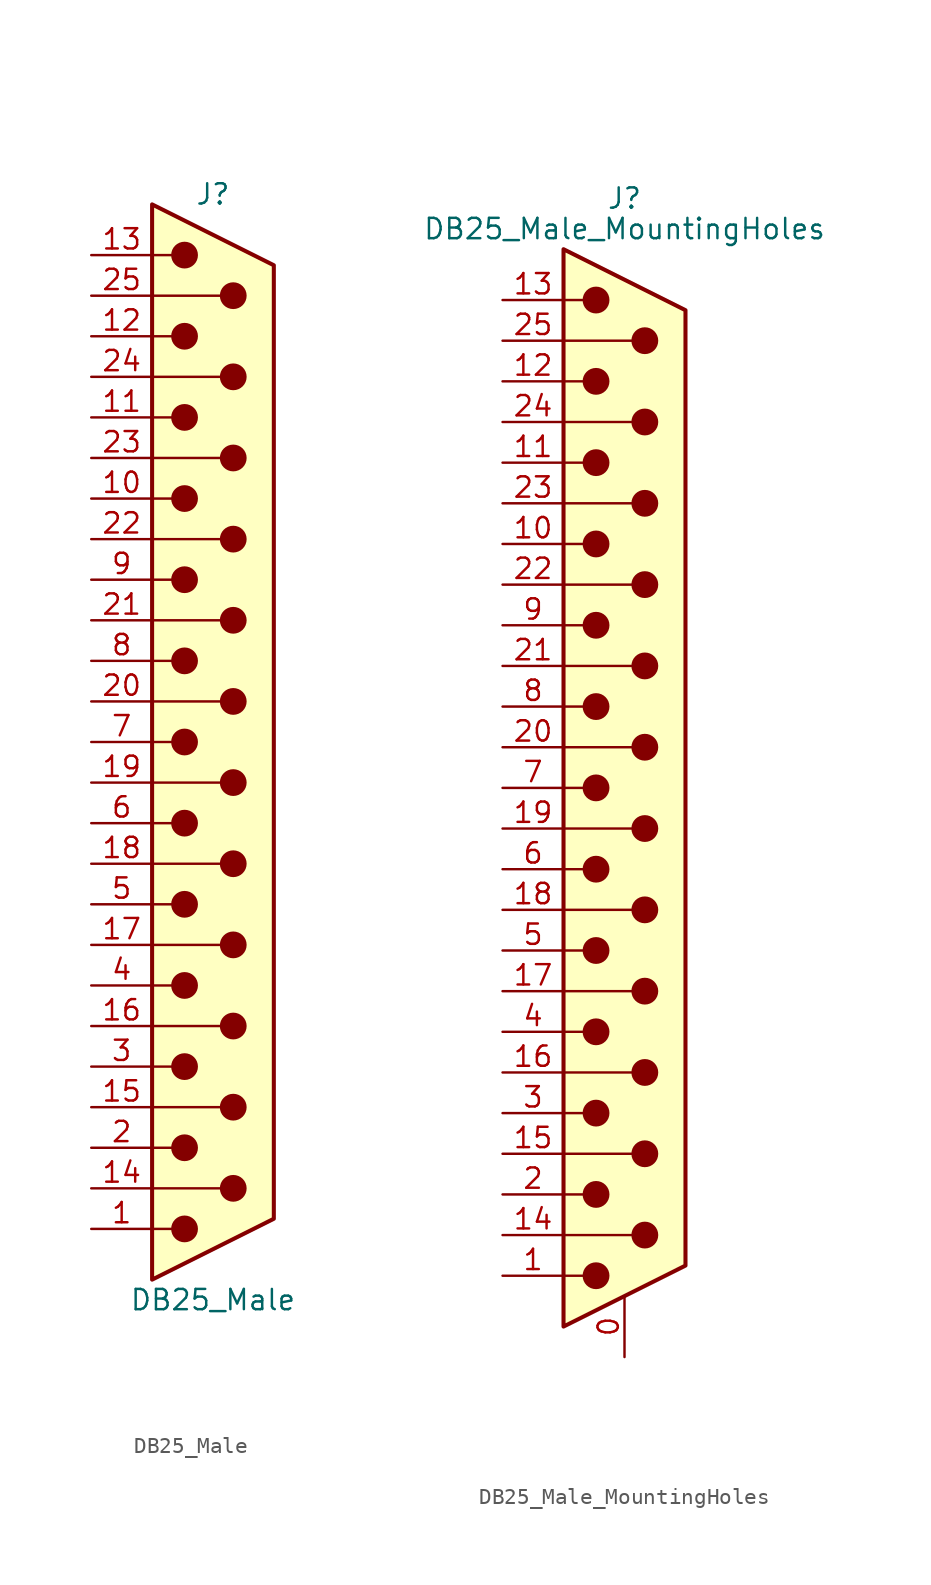
<source format=kicad_sym>
(kicad_symbol_lib
  (version 20201005)
  (generator kicad_symbol_editor)
  (symbol "DB25_Male"
    (pin_names
      (offset 1.016) hide)
    (property "Reference" "J"
      (at 0 34.29 0)
      (effects (font (size 1.27 1.27))))
    (property "Value" "DB25_Male"
      (at 0 -34.925 0)
      (effects (font (size 1.27 1.27))))
    (symbol "DB25_Male_0_1"
      (circle (center -1.778 -30.48) (radius 0.762) (stroke (width 0)) (fill (type outline)))
      (circle (center -1.778 -25.4) (radius 0.762) (stroke (width 0)) (fill (type outline)))
      (circle (center -1.778 -20.32) (radius 0.762) (stroke (width 0)) (fill (type outline)))
      (circle (center -1.778 -15.24) (radius 0.762) (stroke (width 0)) (fill (type outline)))
      (circle (center -1.778 -10.16) (radius 0.762) (stroke (width 0)) (fill (type outline)))
      (circle (center -1.778 -5.08) (radius 0.762) (stroke (width 0)) (fill (type outline)))
      (circle (center -1.778 0) (radius 0.762) (stroke (width 0)) (fill (type outline)))
      (circle (center -1.778 5.08) (radius 0.762) (stroke (width 0)) (fill (type outline)))
      (circle (center -1.778 10.16) (radius 0.762) (stroke (width 0)) (fill (type outline)))
      (circle (center -1.778 15.24) (radius 0.762) (stroke (width 0)) (fill (type outline)))
      (circle (center -1.778 20.32) (radius 0.762) (stroke (width 0)) (fill (type outline)))
      (circle (center -1.778 25.4) (radius 0.762) (stroke (width 0)) (fill (type outline)))
      (circle (center -1.778 30.48) (radius 0.762) (stroke (width 0)) (fill (type outline)))
      (circle (center 1.27 -27.94) (radius 0.762) (stroke (width 0)) (fill (type outline)))
      (circle (center 1.27 -22.86) (radius 0.762) (stroke (width 0)) (fill (type outline)))
      (circle (center 1.27 -17.78) (radius 0.762) (stroke (width 0)) (fill (type outline)))
      (circle (center 1.27 -12.7) (radius 0.762) (stroke (width 0)) (fill (type outline)))
      (circle (center 1.27 -7.62) (radius 0.762) (stroke (width 0)) (fill (type outline)))
      (circle (center 1.27 -2.54) (radius 0.762) (stroke (width 0)) (fill (type outline)))
      (circle (center 1.27 2.54) (radius 0.762) (stroke (width 0)) (fill (type outline)))
      (circle (center 1.27 7.62) (radius 0.762) (stroke (width 0)) (fill (type outline)))
      (circle (center 1.27 12.7) (radius 0.762) (stroke (width 0)) (fill (type outline)))
      (circle (center 1.27 17.78) (radius 0.762) (stroke (width 0)) (fill (type outline)))
      (circle (center 1.27 22.86) (radius 0.762) (stroke (width 0)) (fill (type outline)))
      (circle (center 1.27 27.94) (radius 0.762) (stroke (width 0)) (fill (type outline)))
      (polyline (pts (xy -3.81 -30.48) (xy -2.54 -30.48)) (stroke (width 0)) (fill (type none)))
      (polyline (pts (xy -3.81 -27.94) (xy 0.508 -27.94)) (stroke (width 0)) (fill (type none)))
      (polyline (pts (xy -3.81 -25.4) (xy -2.54 -25.4)) (stroke (width 0)) (fill (type none)))
      (polyline (pts (xy -3.81 -22.86) (xy 0.508 -22.86)) (stroke (width 0)) (fill (type none)))
      (polyline (pts (xy -3.81 -20.32) (xy -2.54 -20.32)) (stroke (width 0)) (fill (type none)))
      (polyline (pts (xy -3.81 -17.78) (xy 0.508 -17.78)) (stroke (width 0)) (fill (type none)))
      (polyline (pts (xy -3.81 -15.24) (xy -2.54 -15.24)) (stroke (width 0)) (fill (type none)))
      (polyline (pts (xy -3.81 -12.7) (xy 0.508 -12.7)) (stroke (width 0)) (fill (type none)))
      (polyline (pts (xy -3.81 -10.16) (xy -2.54 -10.16)) (stroke (width 0)) (fill (type none)))
      (polyline (pts (xy -3.81 -7.62) (xy 0.508 -7.62)) (stroke (width 0)) (fill (type none)))
      (polyline (pts (xy -3.81 -5.08) (xy -2.54 -5.08)) (stroke (width 0)) (fill (type none)))
      (polyline (pts (xy -3.81 -2.54) (xy 0.508 -2.54)) (stroke (width 0)) (fill (type none)))
      (polyline (pts (xy -3.81 0) (xy -2.54 0)) (stroke (width 0)) (fill (type none)))
      (polyline (pts (xy -3.81 2.54) (xy 0.508 2.54)) (stroke (width 0)) (fill (type none)))
      (polyline (pts (xy -3.81 5.08) (xy -2.54 5.08)) (stroke (width 0)) (fill (type none)))
      (polyline (pts (xy -3.81 7.62) (xy 0.508 7.62)) (stroke (width 0)) (fill (type none)))
      (polyline (pts (xy -3.81 10.16) (xy -2.54 10.16)) (stroke (width 0)) (fill (type none)))
      (polyline (pts (xy -3.81 12.7) (xy 0.508 12.7)) (stroke (width 0)) (fill (type none)))
      (polyline (pts (xy -3.81 15.24) (xy -2.54 15.24)) (stroke (width 0)) (fill (type none)))
      (polyline (pts (xy -3.81 17.78) (xy 0.508 17.78)) (stroke (width 0)) (fill (type none)))
      (polyline (pts (xy -3.81 20.32) (xy -2.54 20.32)) (stroke (width 0)) (fill (type none)))
      (polyline (pts (xy -3.81 22.86) (xy 0.508 22.86)) (stroke (width 0)) (fill (type none)))
      (polyline (pts (xy -3.81 25.4) (xy -2.54 25.4)) (stroke (width 0)) (fill (type none)))
      (polyline (pts (xy -3.81 27.94) (xy 0.508 27.94)) (stroke (width 0)) (fill (type none)))
      (polyline (pts (xy -3.81 30.48) (xy -2.54 30.48)) (stroke (width 0)) (fill (type none)))
      (polyline (pts (xy -3.81 -33.655) (xy 3.81 -29.845) (xy 3.81 29.845) (xy -3.81 33.655) (xy -3.81 -33.655)) (stroke (width 0.254)) (fill (type background))))
    (symbol "DB25_Male_1_1"
      (pin passive line (at -7.62 -30.48 0) (length 3.81) (name "1" (effects (font (size 1.27 1.27)))) (number "1" (effects (font (size 1.27 1.27)))))
      (pin passive line (at -7.62 15.24 0) (length 3.81) (name "10" (effects (font (size 1.27 1.27)))) (number "10" (effects (font (size 1.27 1.27)))))
      (pin passive line (at -7.62 20.32 0) (length 3.81) (name "11" (effects (font (size 1.27 1.27)))) (number "11" (effects (font (size 1.27 1.27)))))
      (pin passive line (at -7.62 25.4 0) (length 3.81) (name "12" (effects (font (size 1.27 1.27)))) (number "12" (effects (font (size 1.27 1.27)))))
      (pin passive line (at -7.62 30.48 0) (length 3.81) (name "13" (effects (font (size 1.27 1.27)))) (number "13" (effects (font (size 1.27 1.27)))))
      (pin passive line (at -7.62 -27.94 0) (length 3.81) (name "P14" (effects (font (size 1.27 1.27)))) (number "14" (effects (font (size 1.27 1.27)))))
      (pin passive line (at -7.62 -22.86 0) (length 3.81) (name "P15" (effects (font (size 1.27 1.27)))) (number "15" (effects (font (size 1.27 1.27)))))
      (pin passive line (at -7.62 -17.78 0) (length 3.81) (name "P16" (effects (font (size 1.27 1.27)))) (number "16" (effects (font (size 1.27 1.27)))))
      (pin passive line (at -7.62 -12.7 0) (length 3.81) (name "P17" (effects (font (size 1.27 1.27)))) (number "17" (effects (font (size 1.27 1.27)))))
      (pin passive line (at -7.62 -7.62 0) (length 3.81) (name "P18" (effects (font (size 1.27 1.27)))) (number "18" (effects (font (size 1.27 1.27)))))
      (pin passive line (at -7.62 -2.54 0) (length 3.81) (name "P19" (effects (font (size 1.27 1.27)))) (number "19" (effects (font (size 1.27 1.27)))))
      (pin passive line (at -7.62 -25.4 0) (length 3.81) (name "2" (effects (font (size 1.27 1.27)))) (number "2" (effects (font (size 1.27 1.27)))))
      (pin passive line (at -7.62 2.54 0) (length 3.81) (name "P20" (effects (font (size 1.27 1.27)))) (number "20" (effects (font (size 1.27 1.27)))))
      (pin passive line (at -7.62 7.62 0) (length 3.81) (name "P21" (effects (font (size 1.27 1.27)))) (number "21" (effects (font (size 1.27 1.27)))))
      (pin passive line (at -7.62 12.7 0) (length 3.81) (name "P22" (effects (font (size 1.27 1.27)))) (number "22" (effects (font (size 1.27 1.27)))))
      (pin passive line (at -7.62 17.78 0) (length 3.81) (name "P23" (effects (font (size 1.27 1.27)))) (number "23" (effects (font (size 1.27 1.27)))))
      (pin passive line (at -7.62 22.86 0) (length 3.81) (name "P24" (effects (font (size 1.27 1.27)))) (number "24" (effects (font (size 1.27 1.27)))))
      (pin passive line (at -7.62 27.94 0) (length 3.81) (name "P25" (effects (font (size 1.27 1.27)))) (number "25" (effects (font (size 1.27 1.27)))))
      (pin passive line (at -7.62 -20.32 0) (length 3.81) (name "3" (effects (font (size 1.27 1.27)))) (number "3" (effects (font (size 1.27 1.27)))))
      (pin passive line (at -7.62 -15.24 0) (length 3.81) (name "4" (effects (font (size 1.27 1.27)))) (number "4" (effects (font (size 1.27 1.27)))))
      (pin passive line (at -7.62 -10.16 0) (length 3.81) (name "5" (effects (font (size 1.27 1.27)))) (number "5" (effects (font (size 1.27 1.27)))))
      (pin passive line (at -7.62 -5.08 0) (length 3.81) (name "6" (effects (font (size 1.27 1.27)))) (number "6" (effects (font (size 1.27 1.27)))))
      (pin passive line (at -7.62 0 0) (length 3.81) (name "7" (effects (font (size 1.27 1.27)))) (number "7" (effects (font (size 1.27 1.27)))))
      (pin passive line (at -7.62 5.08 0) (length 3.81) (name "8" (effects (font (size 1.27 1.27)))) (number "8" (effects (font (size 1.27 1.27)))))
      (pin passive line (at -7.62 10.16 0) (length 3.81) (name "9" (effects (font (size 1.27 1.27)))) (number "9" (effects (font (size 1.27 1.27)))))))
  (symbol "DB25_Male_MountingHoles"
    (pin_names
      (offset 1.016) hide)
    (property "Reference" "J"
      (at 0 36.83 0)
      (effects (font (size 1.27 1.27))))
    (property "Value" "DB25_Male_MountingHoles"
      (at 0 34.925 0)
      (effects (font (size 1.27 1.27))))
    (symbol "DB25_Male_MountingHoles_0_1"
      (circle (center -1.778 -30.48) (radius 0.762) (stroke (width 0)) (fill (type outline)))
      (circle (center -1.778 -25.4) (radius 0.762) (stroke (width 0)) (fill (type outline)))
      (circle (center -1.778 -20.32) (radius 0.762) (stroke (width 0)) (fill (type outline)))
      (circle (center -1.778 -15.24) (radius 0.762) (stroke (width 0)) (fill (type outline)))
      (circle (center -1.778 -10.16) (radius 0.762) (stroke (width 0)) (fill (type outline)))
      (circle (center -1.778 -5.08) (radius 0.762) (stroke (width 0)) (fill (type outline)))
      (circle (center -1.778 0) (radius 0.762) (stroke (width 0)) (fill (type outline)))
      (circle (center -1.778 5.08) (radius 0.762) (stroke (width 0)) (fill (type outline)))
      (circle (center -1.778 10.16) (radius 0.762) (stroke (width 0)) (fill (type outline)))
      (circle (center -1.778 15.24) (radius 0.762) (stroke (width 0)) (fill (type outline)))
      (circle (center -1.778 20.32) (radius 0.762) (stroke (width 0)) (fill (type outline)))
      (circle (center -1.778 25.4) (radius 0.762) (stroke (width 0)) (fill (type outline)))
      (circle (center -1.778 30.48) (radius 0.762) (stroke (width 0)) (fill (type outline)))
      (circle (center 1.27 -27.94) (radius 0.762) (stroke (width 0)) (fill (type outline)))
      (circle (center 1.27 -22.86) (radius 0.762) (stroke (width 0)) (fill (type outline)))
      (circle (center 1.27 -17.78) (radius 0.762) (stroke (width 0)) (fill (type outline)))
      (circle (center 1.27 -12.7) (radius 0.762) (stroke (width 0)) (fill (type outline)))
      (circle (center 1.27 -7.62) (radius 0.762) (stroke (width 0)) (fill (type outline)))
      (circle (center 1.27 -2.54) (radius 0.762) (stroke (width 0)) (fill (type outline)))
      (circle (center 1.27 2.54) (radius 0.762) (stroke (width 0)) (fill (type outline)))
      (circle (center 1.27 7.62) (radius 0.762) (stroke (width 0)) (fill (type outline)))
      (circle (center 1.27 12.7) (radius 0.762) (stroke (width 0)) (fill (type outline)))
      (circle (center 1.27 17.78) (radius 0.762) (stroke (width 0)) (fill (type outline)))
      (circle (center 1.27 22.86) (radius 0.762) (stroke (width 0)) (fill (type outline)))
      (circle (center 1.27 27.94) (radius 0.762) (stroke (width 0)) (fill (type outline)))
      (polyline (pts (xy -3.81 -30.48) (xy -2.54 -30.48)) (stroke (width 0)) (fill (type none)))
      (polyline (pts (xy -3.81 -27.94) (xy 0.508 -27.94)) (stroke (width 0)) (fill (type none)))
      (polyline (pts (xy -3.81 -25.4) (xy -2.54 -25.4)) (stroke (width 0)) (fill (type none)))
      (polyline (pts (xy -3.81 -22.86) (xy 0.508 -22.86)) (stroke (width 0)) (fill (type none)))
      (polyline (pts (xy -3.81 -20.32) (xy -2.54 -20.32)) (stroke (width 0)) (fill (type none)))
      (polyline (pts (xy -3.81 -17.78) (xy 0.508 -17.78)) (stroke (width 0)) (fill (type none)))
      (polyline (pts (xy -3.81 -15.24) (xy -2.54 -15.24)) (stroke (width 0)) (fill (type none)))
      (polyline (pts (xy -3.81 -12.7) (xy 0.508 -12.7)) (stroke (width 0)) (fill (type none)))
      (polyline (pts (xy -3.81 -10.16) (xy -2.54 -10.16)) (stroke (width 0)) (fill (type none)))
      (polyline (pts (xy -3.81 -7.62) (xy 0.508 -7.62)) (stroke (width 0)) (fill (type none)))
      (polyline (pts (xy -3.81 -5.08) (xy -2.54 -5.08)) (stroke (width 0)) (fill (type none)))
      (polyline (pts (xy -3.81 -2.54) (xy 0.508 -2.54)) (stroke (width 0)) (fill (type none)))
      (polyline (pts (xy -3.81 0) (xy -2.54 0)) (stroke (width 0)) (fill (type none)))
      (polyline (pts (xy -3.81 2.54) (xy 0.508 2.54)) (stroke (width 0)) (fill (type none)))
      (polyline (pts (xy -3.81 5.08) (xy -2.54 5.08)) (stroke (width 0)) (fill (type none)))
      (polyline (pts (xy -3.81 7.62) (xy 0.508 7.62)) (stroke (width 0)) (fill (type none)))
      (polyline (pts (xy -3.81 10.16) (xy -2.54 10.16)) (stroke (width 0)) (fill (type none)))
      (polyline (pts (xy -3.81 12.7) (xy 0.508 12.7)) (stroke (width 0)) (fill (type none)))
      (polyline (pts (xy -3.81 15.24) (xy -2.54 15.24)) (stroke (width 0)) (fill (type none)))
      (polyline (pts (xy -3.81 17.78) (xy 0.508 17.78)) (stroke (width 0)) (fill (type none)))
      (polyline (pts (xy -3.81 20.32) (xy -2.54 20.32)) (stroke (width 0)) (fill (type none)))
      (polyline (pts (xy -3.81 22.86) (xy 0.508 22.86)) (stroke (width 0)) (fill (type none)))
      (polyline (pts (xy -3.81 25.4) (xy -2.54 25.4)) (stroke (width 0)) (fill (type none)))
      (polyline (pts (xy -3.81 27.94) (xy 0.508 27.94)) (stroke (width 0)) (fill (type none)))
      (polyline (pts (xy -3.81 30.48) (xy -2.54 30.48)) (stroke (width 0)) (fill (type none)))
      (polyline (pts (xy -3.81 -33.655) (xy 3.81 -29.845) (xy 3.81 29.845) (xy -3.81 33.655) (xy -3.81 -33.655)) (stroke (width 0.254)) (fill (type background))))
    (symbol "DB25_Male_MountingHoles_1_1"
      (pin passive line (at 0 -35.56 90) (length 3.81) (name "PAD" (effects (font (size 1.27 1.27)))) (number "0" (effects (font (size 1.27 1.27)))))
      (pin passive line (at -7.62 -30.48 0) (length 3.81) (name "1" (effects (font (size 1.27 1.27)))) (number "1" (effects (font (size 1.27 1.27)))))
      (pin passive line (at -7.62 15.24 0) (length 3.81) (name "10" (effects (font (size 1.27 1.27)))) (number "10" (effects (font (size 1.27 1.27)))))
      (pin passive line (at -7.62 20.32 0) (length 3.81) (name "11" (effects (font (size 1.27 1.27)))) (number "11" (effects (font (size 1.27 1.27)))))
      (pin passive line (at -7.62 25.4 0) (length 3.81) (name "12" (effects (font (size 1.27 1.27)))) (number "12" (effects (font (size 1.27 1.27)))))
      (pin passive line (at -7.62 30.48 0) (length 3.81) (name "13" (effects (font (size 1.27 1.27)))) (number "13" (effects (font (size 1.27 1.27)))))
      (pin passive line (at -7.62 -27.94 0) (length 3.81) (name "P14" (effects (font (size 1.27 1.27)))) (number "14" (effects (font (size 1.27 1.27)))))
      (pin passive line (at -7.62 -22.86 0) (length 3.81) (name "P15" (effects (font (size 1.27 1.27)))) (number "15" (effects (font (size 1.27 1.27)))))
      (pin passive line (at -7.62 -17.78 0) (length 3.81) (name "P16" (effects (font (size 1.27 1.27)))) (number "16" (effects (font (size 1.27 1.27)))))
      (pin passive line (at -7.62 -12.7 0) (length 3.81) (name "P17" (effects (font (size 1.27 1.27)))) (number "17" (effects (font (size 1.27 1.27)))))
      (pin passive line (at -7.62 -7.62 0) (length 3.81) (name "P18" (effects (font (size 1.27 1.27)))) (number "18" (effects (font (size 1.27 1.27)))))
      (pin passive line (at -7.62 -2.54 0) (length 3.81) (name "P19" (effects (font (size 1.27 1.27)))) (number "19" (effects (font (size 1.27 1.27)))))
      (pin passive line (at -7.62 -25.4 0) (length 3.81) (name "2" (effects (font (size 1.27 1.27)))) (number "2" (effects (font (size 1.27 1.27)))))
      (pin passive line (at -7.62 2.54 0) (length 3.81) (name "P20" (effects (font (size 1.27 1.27)))) (number "20" (effects (font (size 1.27 1.27)))))
      (pin passive line (at -7.62 7.62 0) (length 3.81) (name "P21" (effects (font (size 1.27 1.27)))) (number "21" (effects (font (size 1.27 1.27)))))
      (pin passive line (at -7.62 12.7 0) (length 3.81) (name "P22" (effects (font (size 1.27 1.27)))) (number "22" (effects (font (size 1.27 1.27)))))
      (pin passive line (at -7.62 17.78 0) (length 3.81) (name "P23" (effects (font (size 1.27 1.27)))) (number "23" (effects (font (size 1.27 1.27)))))
      (pin passive line (at -7.62 22.86 0) (length 3.81) (name "P24" (effects (font (size 1.27 1.27)))) (number "24" (effects (font (size 1.27 1.27)))))
      (pin passive line (at -7.62 27.94 0) (length 3.81) (name "P25" (effects (font (size 1.27 1.27)))) (number "25" (effects (font (size 1.27 1.27)))))
      (pin passive line (at -7.62 -20.32 0) (length 3.81) (name "3" (effects (font (size 1.27 1.27)))) (number "3" (effects (font (size 1.27 1.27)))))
      (pin passive line (at -7.62 -15.24 0) (length 3.81) (name "4" (effects (font (size 1.27 1.27)))) (number "4" (effects (font (size 1.27 1.27)))))
      (pin passive line (at -7.62 -10.16 0) (length 3.81) (name "5" (effects (font (size 1.27 1.27)))) (number "5" (effects (font (size 1.27 1.27)))))
      (pin passive line (at -7.62 -5.08 0) (length 3.81) (name "6" (effects (font (size 1.27 1.27)))) (number "6" (effects (font (size 1.27 1.27)))))
      (pin passive line (at -7.62 0 0) (length 3.81) (name "7" (effects (font (size 1.27 1.27)))) (number "7" (effects (font (size 1.27 1.27)))))
      (pin passive line (at -7.62 5.08 0) (length 3.81) (name "8" (effects (font (size 1.27 1.27)))) (number "8" (effects (font (size 1.27 1.27)))))
      (pin passive line (at -7.62 10.16 0) (length 3.81) (name "9" (effects (font (size 1.27 1.27)))) (number "9" (effects (font (size 1.27 1.27))))))))
</source>
